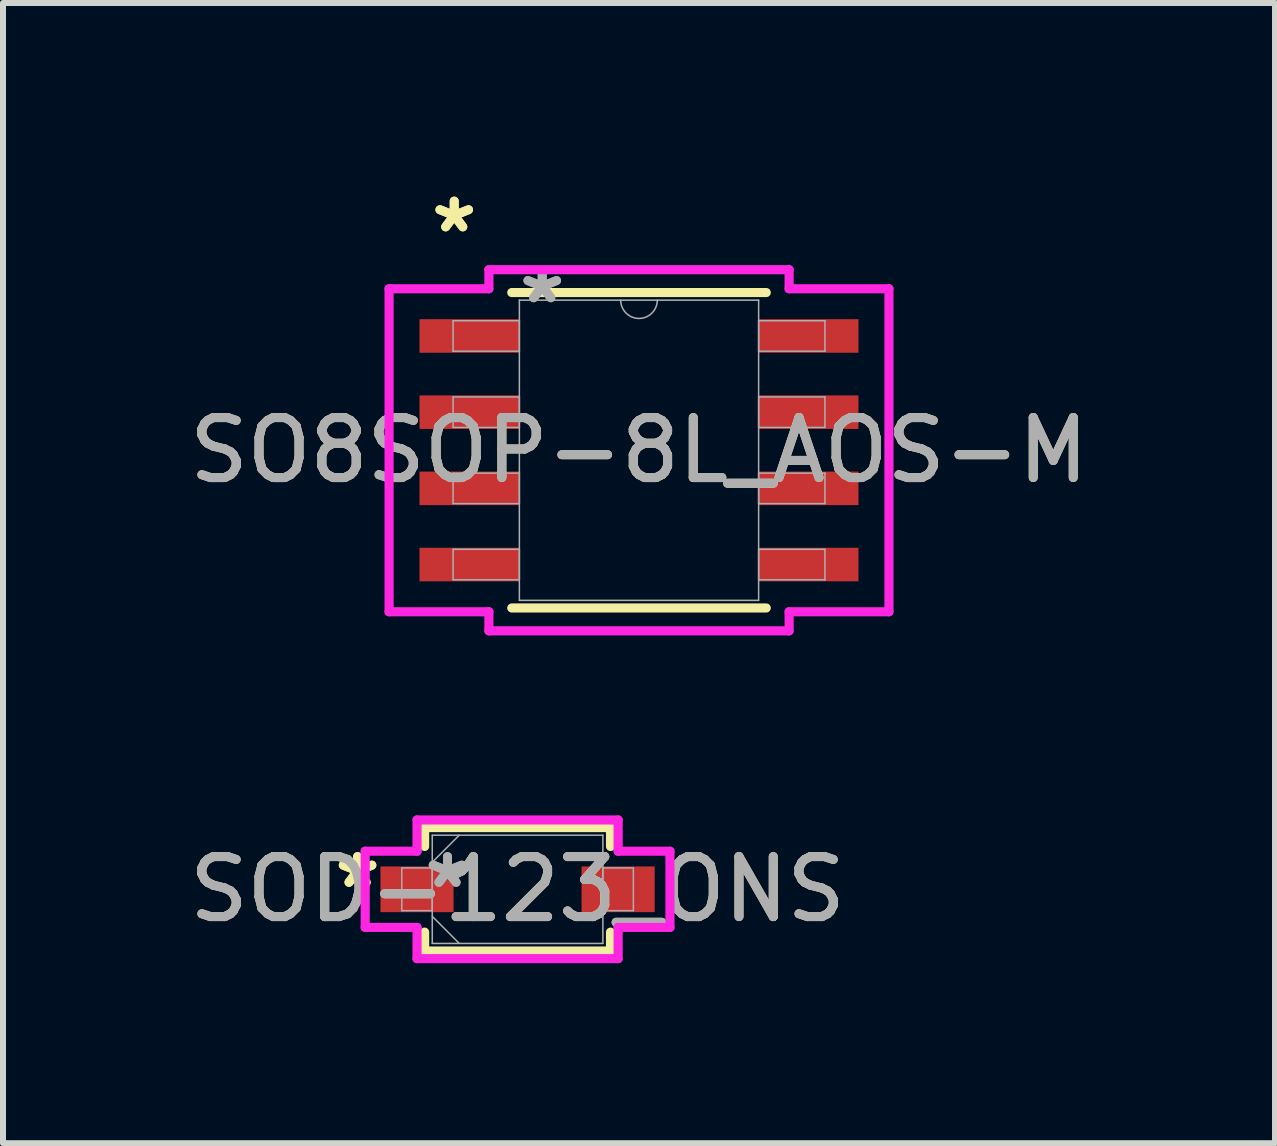
<source format=kicad_pcb>
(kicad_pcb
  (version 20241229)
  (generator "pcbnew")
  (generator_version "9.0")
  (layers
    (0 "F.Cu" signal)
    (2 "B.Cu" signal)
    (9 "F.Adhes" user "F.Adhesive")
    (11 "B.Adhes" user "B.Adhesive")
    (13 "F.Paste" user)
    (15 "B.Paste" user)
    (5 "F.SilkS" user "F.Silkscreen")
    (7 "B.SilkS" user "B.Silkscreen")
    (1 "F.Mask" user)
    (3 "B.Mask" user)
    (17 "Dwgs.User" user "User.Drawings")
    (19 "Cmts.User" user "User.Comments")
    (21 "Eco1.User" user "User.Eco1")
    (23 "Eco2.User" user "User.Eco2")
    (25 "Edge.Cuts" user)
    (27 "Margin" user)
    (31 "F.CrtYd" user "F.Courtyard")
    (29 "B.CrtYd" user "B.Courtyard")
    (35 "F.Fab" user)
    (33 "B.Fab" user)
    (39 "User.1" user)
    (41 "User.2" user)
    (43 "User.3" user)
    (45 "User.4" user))
  (footprint "SOD-123_ONS"
    (layer "F.Cu")
    (at 5.577 11.773)
    (property "Reference" "SOD-123_ONS" (at 0 0 0) (unlocked yes) (layer "F.SilkS") (effects (font (size 1 1) (thickness 0.15))))
    (attr smd)
    (fp_line (start -1.549 -1.029) (end -1.549 -0.714) (stroke (width 0.152) (type solid)) (layer "F.SilkS"))
    (fp_line (start -1.549 0.714) (end -1.549 1.029) (stroke (width 0.152) (type solid)) (layer "F.SilkS"))
    (fp_line (start -1.549 1.029) (end 1.549 1.029) (stroke (width 0.152) (type solid)) (layer "F.SilkS"))
    (fp_line (start 1.549 -1.029) (end -1.549 -1.029) (stroke (width 0.152) (type solid)) (layer "F.SilkS"))
    (fp_line (start 1.549 -0.714) (end 1.549 -1.029) (stroke (width 0.152) (type solid)) (layer "F.SilkS"))
    (fp_line (start 1.549 1.029) (end 1.549 0.714) (stroke (width 0.152) (type solid)) (layer "F.SilkS"))
    (fp_line (start -2.54 -0.635) (end -1.676 -0.635) (stroke (width 0.152) (type solid)) (layer "F.CrtYd"))
    (fp_line (start -2.54 0.635) (end -2.54 -0.635) (stroke (width 0.152) (type solid)) (layer "F.CrtYd"))
    (fp_line (start -1.676 -1.156) (end 1.676 -1.156) (stroke (width 0.152) (type solid)) (layer "F.CrtYd"))
    (fp_line (start -1.676 -0.635) (end -1.676 -1.156) (stroke (width 0.152) (type solid)) (layer "F.CrtYd"))
    (fp_line (start -1.676 0.635) (end -2.54 0.635) (stroke (width 0.152) (type solid)) (layer "F.CrtYd"))
    (fp_line (start -1.676 1.156) (end -1.676 0.635) (stroke (width 0.152) (type solid)) (layer "F.CrtYd"))
    (fp_line (start 1.676 -1.156) (end 1.676 -0.635) (stroke (width 0.152) (type solid)) (layer "F.CrtYd"))
    (fp_line (start 1.676 -0.635) (end 2.54 -0.635) (stroke (width 0.152) (type solid)) (layer "F.CrtYd"))
    (fp_line (start 1.676 0.635) (end 1.676 1.156) (stroke (width 0.152) (type solid)) (layer "F.CrtYd"))
    (fp_line (start 1.676 1.156) (end -1.676 1.156) (stroke (width 0.152) (type solid)) (layer "F.CrtYd"))
    (fp_line (start 2.54 -0.635) (end 2.54 0.635) (stroke (width 0.152) (type solid)) (layer "F.CrtYd"))
    (fp_line (start 2.54 0.635) (end 1.676 0.635) (stroke (width 0.152) (type solid)) (layer "F.CrtYd"))
    (fp_line (start -1.93 -0.356) (end -1.93 0.356) (stroke (width 0.025) (type solid)) (layer "F.Fab"))
    (fp_line (start -1.93 0.356) (end -1.422 0.356) (stroke (width 0.025) (type solid)) (layer "F.Fab"))
    (fp_line (start -1.422 -0.902) (end -1.422 0.902) (stroke (width 0.025) (type solid)) (layer "F.Fab"))
    (fp_line (start -1.422 -0.451) (end -0.972 -0.902) (stroke (width 0.025) (type solid)) (layer "F.Fab"))
    (fp_line (start -1.422 -0.356) (end -1.93 -0.356) (stroke (width 0.025) (type solid)) (layer "F.Fab"))
    (fp_line (start -1.422 0.356) (end -1.422 -0.356) (stroke (width 0.025) (type solid)) (layer "F.Fab"))
    (fp_line (start -1.422 0.451) (end -0.972 0.902) (stroke (width 0.025) (type solid)) (layer "F.Fab"))
    (fp_line (start -1.422 0.902) (end 1.422 0.902) (stroke (width 0.025) (type solid)) (layer "F.Fab"))
    (fp_line (start 1.422 -0.902) (end -1.422 -0.902) (stroke (width 0.025) (type solid)) (layer "F.Fab"))
    (fp_line (start 1.422 -0.356) (end 1.422 0.356) (stroke (width 0.025) (type solid)) (layer "F.Fab"))
    (fp_line (start 1.422 0.356) (end 1.93 0.356) (stroke (width 0.025) (type solid)) (layer "F.Fab"))
    (fp_line (start 1.422 0.902) (end 1.422 -0.902) (stroke (width 0.025) (type solid)) (layer "F.Fab"))
    (fp_line (start 1.93 -0.356) (end 1.422 -0.356) (stroke (width 0.025) (type solid)) (layer "F.Fab"))
    (fp_line (start 1.93 0.356) (end 1.93 -0.356) (stroke (width 0.025) (type solid)) (layer "F.Fab"))
    (fp_text user "*" (at -2.667 0 0) (unlocked yes) (layer "F.SilkS") (effects (font (size 1 1) (thickness 0.15))))
    (fp_text user "*" (at -2.667 0 0) (layer "F.SilkS") (effects (font (size 1 1) (thickness 0.15))))
    (fp_text user "*" (at -1.168 0 0) (layer "F.Fab") (effects (font (size 1 1) (thickness 0.15))))
    (fp_text user "${REFERENCE}" (at 0 0 0) (unlocked yes) (layer "F.Fab") (effects (font (size 1 1) (thickness 0.15))))
    (fp_text user "*" (at -1.168 0 0) (unlocked yes) (layer "F.Fab") (effects (font (size 1 1) (thickness 0.15))))
    (pad "1" smd rect (at -1.676 0) (size 1.219 0.762) (layers "F.Cu" "F.Mask" "F.Paste"))
    (pad "2" smd rect (at 1.676 0) (size 1.219 0.762) (layers "F.Cu" "F.Mask" "F.Paste")))
  (footprint "SO8SOP-8L_AOS-M"
    (layer "F.Cu")
    (at 7.601 4.455)
    (property "Reference" "SO8SOP-8L_AOS-M" (at 0 0 0) (unlocked yes) (layer "F.SilkS") (effects (font (size 1 1) (thickness 0.15))))
    (attr smd)
    (fp_line (start -2.121 2.629) (end 2.121 2.629) (stroke (width 0.152) (type solid)) (layer "F.SilkS"))
    (fp_line (start 2.121 -2.629) (end -2.121 -2.629) (stroke (width 0.152) (type solid)) (layer "F.SilkS"))
    (fp_line (start -4.166 -2.692) (end -2.502 -2.692) (stroke (width 0.152) (type solid)) (layer "F.CrtYd"))
    (fp_line (start -4.166 2.692) (end -4.166 -2.692) (stroke (width 0.152) (type solid)) (layer "F.CrtYd"))
    (fp_line (start -4.166 2.692) (end -2.502 2.692) (stroke (width 0.152) (type solid)) (layer "F.CrtYd"))
    (fp_line (start -2.502 -3.01) (end 2.502 -3.01) (stroke (width 0.152) (type solid)) (layer "F.CrtYd"))
    (fp_line (start -2.502 -2.692) (end -2.502 -3.01) (stroke (width 0.152) (type solid)) (layer "F.CrtYd"))
    (fp_line (start -2.502 3.01) (end -2.502 2.692) (stroke (width 0.152) (type solid)) (layer "F.CrtYd"))
    (fp_line (start 2.502 -3.01) (end 2.502 -2.692) (stroke (width 0.152) (type solid)) (layer "F.CrtYd"))
    (fp_line (start 2.502 2.692) (end 2.502 3.01) (stroke (width 0.152) (type solid)) (layer "F.CrtYd"))
    (fp_line (start 2.502 3.01) (end -2.502 3.01) (stroke (width 0.152) (type solid)) (layer "F.CrtYd"))
    (fp_line (start 4.166 -2.692) (end 2.502 -2.692) (stroke (width 0.152) (type solid)) (layer "F.CrtYd"))
    (fp_line (start 4.166 -2.692) (end 4.166 2.692) (stroke (width 0.152) (type solid)) (layer "F.CrtYd"))
    (fp_line (start 4.166 2.692) (end 2.502 2.692) (stroke (width 0.152) (type solid)) (layer "F.CrtYd"))
    (fp_line (start -3.099 -2.159) (end -3.099 -1.651) (stroke (width 0.025) (type solid)) (layer "F.Fab"))
    (fp_line (start -3.099 -1.651) (end -1.994 -1.651) (stroke (width 0.025) (type solid)) (layer "F.Fab"))
    (fp_line (start -3.099 -0.889) (end -3.099 -0.381) (stroke (width 0.025) (type solid)) (layer "F.Fab"))
    (fp_line (start -3.099 -0.381) (end -1.994 -0.381) (stroke (width 0.025) (type solid)) (layer "F.Fab"))
    (fp_line (start -3.099 0.381) (end -3.099 0.889) (stroke (width 0.025) (type solid)) (layer "F.Fab"))
    (fp_line (start -3.099 0.889) (end -1.994 0.889) (stroke (width 0.025) (type solid)) (layer "F.Fab"))
    (fp_line (start -3.099 1.651) (end -3.099 2.159) (stroke (width 0.025) (type solid)) (layer "F.Fab"))
    (fp_line (start -3.099 2.159) (end -1.994 2.159) (stroke (width 0.025) (type solid)) (layer "F.Fab"))
    (fp_line (start -1.994 -2.502) (end -1.994 2.502) (stroke (width 0.025) (type solid)) (layer "F.Fab"))
    (fp_line (start -1.994 -2.159) (end -3.099 -2.159) (stroke (width 0.025) (type solid)) (layer "F.Fab"))
    (fp_line (start -1.994 -1.651) (end -1.994 -2.159) (stroke (width 0.025) (type solid)) (layer "F.Fab"))
    (fp_line (start -1.994 -0.889) (end -3.099 -0.889) (stroke (width 0.025) (type solid)) (layer "F.Fab"))
    (fp_line (start -1.994 -0.381) (end -1.994 -0.889) (stroke (width 0.025) (type solid)) (layer "F.Fab"))
    (fp_line (start -1.994 0.381) (end -3.099 0.381) (stroke (width 0.025) (type solid)) (layer "F.Fab"))
    (fp_line (start -1.994 0.889) (end -1.994 0.381) (stroke (width 0.025) (type solid)) (layer "F.Fab"))
    (fp_line (start -1.994 1.651) (end -3.099 1.651) (stroke (width 0.025) (type solid)) (layer "F.Fab"))
    (fp_line (start -1.994 2.159) (end -1.994 1.651) (stroke (width 0.025) (type solid)) (layer "F.Fab"))
    (fp_line (start -1.994 2.502) (end 1.994 2.502) (stroke (width 0.025) (type solid)) (layer "F.Fab"))
    (fp_line (start 1.994 -2.502) (end -1.994 -2.502) (stroke (width 0.025) (type solid)) (layer "F.Fab"))
    (fp_line (start 1.994 -2.159) (end 1.994 -1.651) (stroke (width 0.025) (type solid)) (layer "F.Fab"))
    (fp_line (start 1.994 -1.651) (end 3.099 -1.651) (stroke (width 0.025) (type solid)) (layer "F.Fab"))
    (fp_line (start 1.994 -0.889) (end 1.994 -0.381) (stroke (width 0.025) (type solid)) (layer "F.Fab"))
    (fp_line (start 1.994 -0.381) (end 3.099 -0.381) (stroke (width 0.025) (type solid)) (layer "F.Fab"))
    (fp_line (start 1.994 0.381) (end 1.994 0.889) (stroke (width 0.025) (type solid)) (layer "F.Fab"))
    (fp_line (start 1.994 0.889) (end 3.099 0.889) (stroke (width 0.025) (type solid)) (layer "F.Fab"))
    (fp_line (start 1.994 1.651) (end 1.994 2.159) (stroke (width 0.025) (type solid)) (layer "F.Fab"))
    (fp_line (start 1.994 2.159) (end 3.099 2.159) (stroke (width 0.025) (type solid)) (layer "F.Fab"))
    (fp_line (start 1.994 2.502) (end 1.994 -2.502) (stroke (width 0.025) (type solid)) (layer "F.Fab"))
    (fp_line (start 3.099 -2.159) (end 1.994 -2.159) (stroke (width 0.025) (type solid)) (layer "F.Fab"))
    (fp_line (start 3.099 -1.651) (end 3.099 -2.159) (stroke (width 0.025) (type solid)) (layer "F.Fab"))
    (fp_line (start 3.099 -0.889) (end 1.994 -0.889) (stroke (width 0.025) (type solid)) (layer "F.Fab"))
    (fp_line (start 3.099 -0.381) (end 3.099 -0.889) (stroke (width 0.025) (type solid)) (layer "F.Fab"))
    (fp_line (start 3.099 0.381) (end 1.994 0.381) (stroke (width 0.025) (type solid)) (layer "F.Fab"))
    (fp_line (start 3.099 0.889) (end 3.099 0.381) (stroke (width 0.025) (type solid)) (layer "F.Fab"))
    (fp_line (start 3.099 1.651) (end 1.994 1.651) (stroke (width 0.025) (type solid)) (layer "F.Fab"))
    (fp_line (start 3.099 2.159) (end 3.099 1.651) (stroke (width 0.025) (type solid)) (layer "F.Fab"))
    (fp_arc (start 0.3048 -2.5019) (mid 0 -2.1971) (end -0.3048 -2.5019) (stroke (width 0.0254) (type solid)) (layer "F.Fab"))
    (fp_text user "*" (at -3.08 -3.607 0) (unlocked yes) (layer "F.SilkS") (effects (font (size 1 1) (thickness 0.15))))
    (fp_text user "*" (at -3.08 -3.607 0) (layer "F.SilkS") (effects (font (size 1 1) (thickness 0.15))))
    (fp_text user "${REFERENCE}" (at 0 0 0) (unlocked yes) (layer "F.Fab") (effects (font (size 1 1) (thickness 0.15))))
    (fp_text user "*" (at -1.613 -2.426 0) (unlocked yes) (layer "F.Fab") (effects (font (size 1 1) (thickness 0.15))))
    (fp_text user "*" (at -1.613 -2.426 0) (layer "F.Fab") (effects (font (size 1 1) (thickness 0.15))))
    (pad "1" smd rect (at -2.826 -1.905) (size 1.664 0.559) (layers "F.Cu" "F.Mask" "F.Paste"))
    (pad "2" smd rect (at -2.826 -0.635) (size 1.664 0.559) (layers "F.Cu" "F.Mask" "F.Paste"))
    (pad "3" smd rect (at -2.826 0.635) (size 1.664 0.559) (layers "F.Cu" "F.Mask" "F.Paste"))
    (pad "4" smd rect (at -2.826 1.905) (size 1.664 0.559) (layers "F.Cu" "F.Mask" "F.Paste"))
    (pad "5" smd rect (at 2.826 1.905) (size 1.664 0.559) (layers "F.Cu" "F.Mask" "F.Paste"))
    (pad "6" smd rect (at 2.826 0.635) (size 1.664 0.559) (layers "F.Cu" "F.Mask" "F.Paste"))
    (pad "7" smd rect (at 2.826 -0.635) (size 1.664 0.559) (layers "F.Cu" "F.Mask" "F.Paste"))
    (pad "8" smd rect (at 2.826 -1.905) (size 1.664 0.559) (layers "F.Cu" "F.Mask" "F.Paste")))
  (gr_rect
    (start -3 -3)
    (end 18.202 16.005)
    (stroke (width 0.1) (type default))
    (fill no)
    (layer "Edge.Cuts")))
</source>
